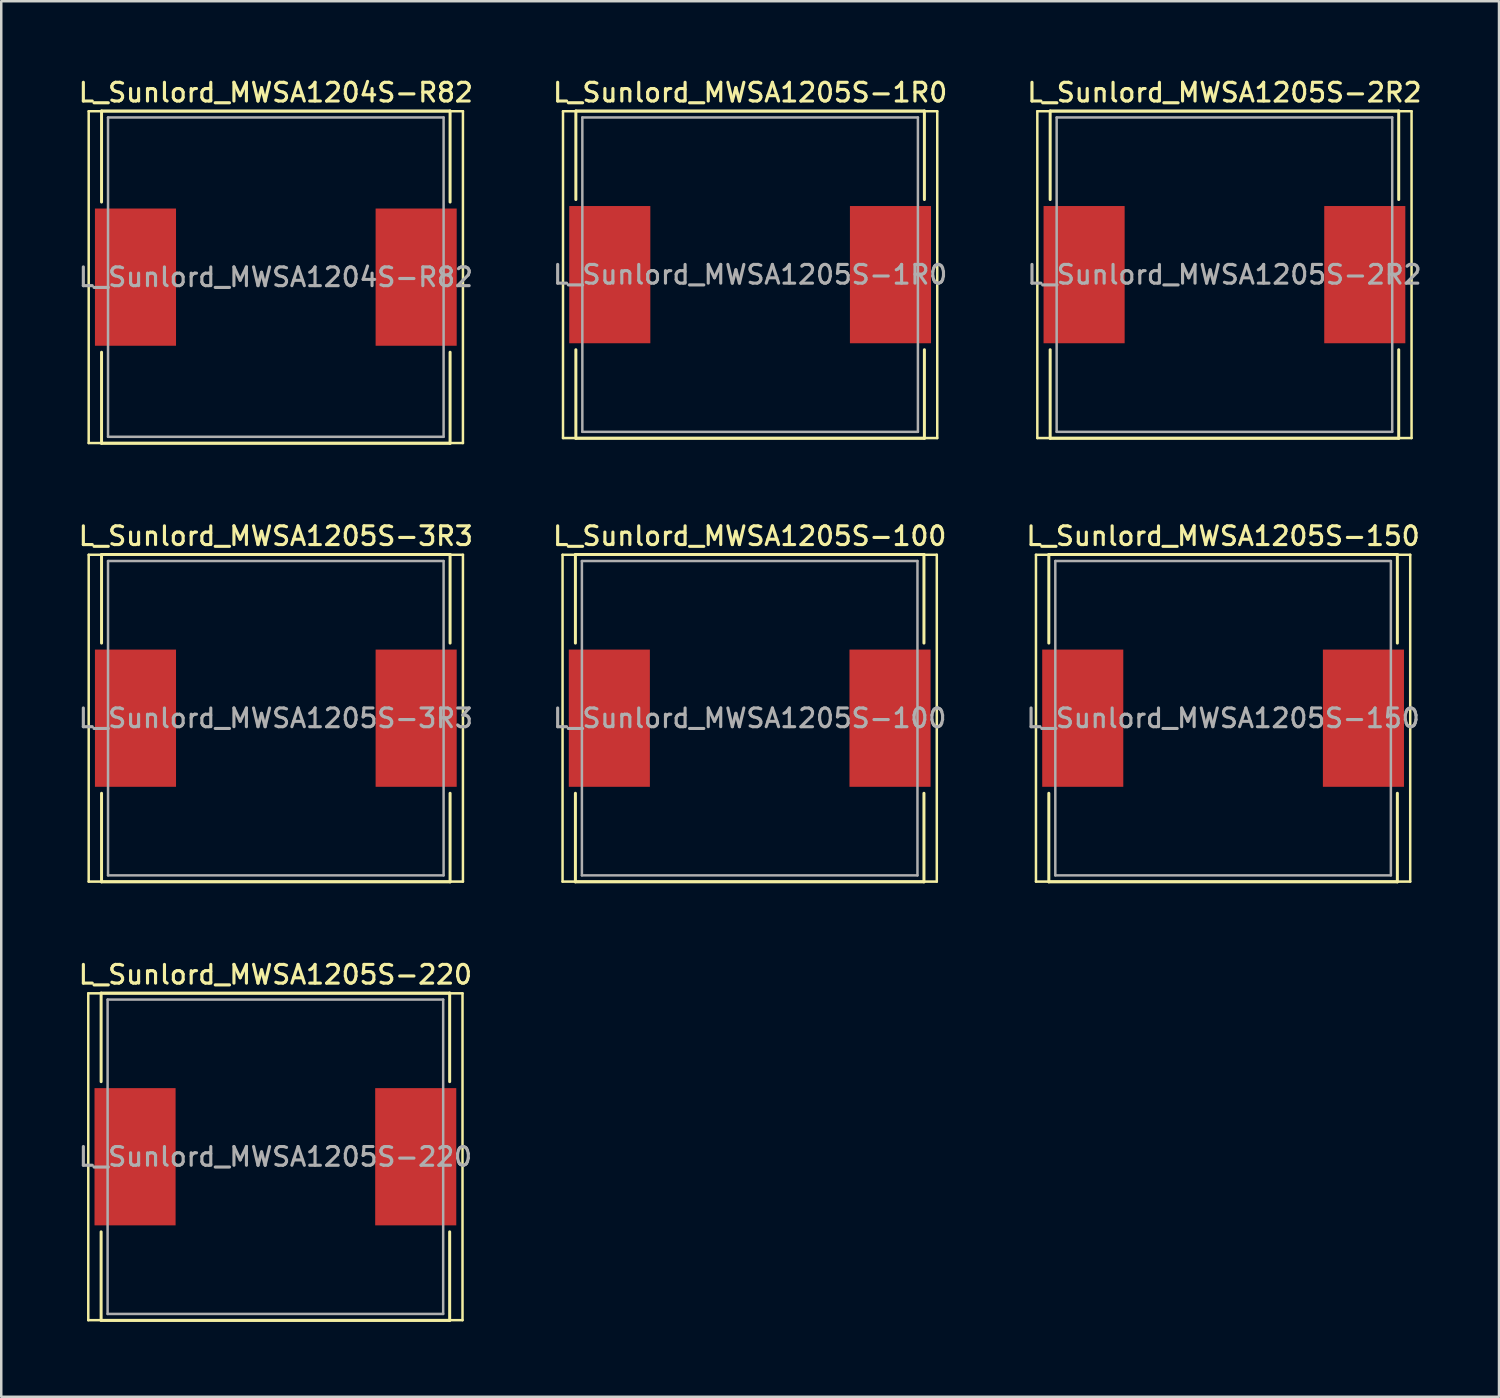
<source format=kicad_pcb>
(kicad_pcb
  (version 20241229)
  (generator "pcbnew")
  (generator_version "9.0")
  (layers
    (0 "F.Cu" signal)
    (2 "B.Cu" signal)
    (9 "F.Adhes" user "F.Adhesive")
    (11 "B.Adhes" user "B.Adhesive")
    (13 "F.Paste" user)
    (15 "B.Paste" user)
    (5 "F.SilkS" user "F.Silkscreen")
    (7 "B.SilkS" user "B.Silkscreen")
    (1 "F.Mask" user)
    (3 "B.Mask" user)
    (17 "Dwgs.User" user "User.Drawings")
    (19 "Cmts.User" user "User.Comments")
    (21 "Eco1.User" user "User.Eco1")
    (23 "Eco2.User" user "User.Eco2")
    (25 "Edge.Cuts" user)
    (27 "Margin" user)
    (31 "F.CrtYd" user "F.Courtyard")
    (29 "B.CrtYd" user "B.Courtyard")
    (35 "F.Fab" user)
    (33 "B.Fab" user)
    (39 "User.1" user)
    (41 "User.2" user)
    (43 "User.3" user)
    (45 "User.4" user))
  (footprint "L_Sunlord_MWSA1204S-R82"
    (layer "F.Cu")
    (at 8.005 8.058)
    (property "Reference" "L_Sunlord_MWSA1204S-R82" (at 0 -7.4 0) (layer "F.SilkS") (effects (font (size 0.75 0.75) (thickness 0.125))))
    (attr smd)
    (fp_line (start -7.5 -6.65) (end -7.5 6.65) (stroke (width 0.1) (type solid)) (layer "F.SilkS"))
    (fp_line (start -7.5 6.65) (end 7.5 6.65) (stroke (width 0.1) (type solid)) (layer "F.SilkS"))
    (fp_line (start -6.985 -6.66) (end -6.985 -3.01) (stroke (width 0.12) (type solid)) (layer "F.SilkS"))
    (fp_line (start -6.985 -6.66) (end 6.985 -6.66) (stroke (width 0.12) (type solid)) (layer "F.SilkS"))
    (fp_line (start -6.985 6.66) (end -6.985 3.01) (stroke (width 0.12) (type solid)) (layer "F.SilkS"))
    (fp_line (start -6.985 6.66) (end 6.985 6.66) (stroke (width 0.12) (type solid)) (layer "F.SilkS"))
    (fp_line (start 6.985 -6.66) (end 6.985 -3.01) (stroke (width 0.12) (type solid)) (layer "F.SilkS"))
    (fp_line (start 6.985 6.66) (end 6.985 3.01) (stroke (width 0.12) (type solid)) (layer "F.SilkS"))
    (fp_line (start 7.5 -6.65) (end -7.5 -6.65) (stroke (width 0.1) (type solid)) (layer "F.SilkS"))
    (fp_line (start 7.5 6.65) (end 7.5 -6.65) (stroke (width 0.1) (type solid)) (layer "F.SilkS"))
    (fp_line (start -6.725 -6.4) (end -6.725 6.4) (stroke (width 0.1) (type solid)) (layer "F.Fab"))
    (fp_line (start -6.725 6.4) (end 6.725 6.4) (stroke (width 0.1) (type solid)) (layer "F.Fab"))
    (fp_line (start 6.725 -6.4) (end -6.725 -6.4) (stroke (width 0.1) (type solid)) (layer "F.Fab"))
    (fp_line (start 6.725 6.4) (end 6.725 -6.4) (stroke (width 0.1) (type solid)) (layer "F.Fab"))
    (fp_text user "${REFERENCE}" (at 0 0 0) (layer "F.Fab") (effects (font (size 0.75 0.75) (thickness 0.125))))
    (pad "1" smd rect (at -5.625 0) (size 3.25 5.5) (layers "F.Cu" "F.Mask" "F.Paste"))
    (pad "2" smd rect (at 5.625 0) (size 3.25 5.5) (layers "F.Cu" "F.Mask" "F.Paste")))
  (footprint "L_Sunlord_MWSA1205S-220"
    (layer "F.Cu")
    (at 7.988 43.314)
    (property "Reference" "L_Sunlord_MWSA1205S-220" (at 0 -7.3 0) (layer "F.SilkS") (effects (font (size 0.75 0.75) (thickness 0.125))))
    (attr smd)
    (fp_line (start -7.5 -6.55) (end -7.5 6.55) (stroke (width 0.1) (type solid)) (layer "F.SilkS"))
    (fp_line (start -7.5 6.55) (end 7.5 6.55) (stroke (width 0.1) (type solid)) (layer "F.SilkS"))
    (fp_line (start -6.985 -6.56) (end -6.985 -3.01) (stroke (width 0.12) (type solid)) (layer "F.SilkS"))
    (fp_line (start -6.985 -6.56) (end 6.985 -6.56) (stroke (width 0.12) (type solid)) (layer "F.SilkS"))
    (fp_line (start -6.985 6.56) (end -6.985 3.01) (stroke (width 0.12) (type solid)) (layer "F.SilkS"))
    (fp_line (start -6.985 6.56) (end 6.985 6.56) (stroke (width 0.12) (type solid)) (layer "F.SilkS"))
    (fp_line (start 6.985 -6.56) (end 6.985 -3.01) (stroke (width 0.12) (type solid)) (layer "F.SilkS"))
    (fp_line (start 6.985 6.56) (end 6.985 3.01) (stroke (width 0.12) (type solid)) (layer "F.SilkS"))
    (fp_line (start 7.5 -6.55) (end -7.5 -6.55) (stroke (width 0.1) (type solid)) (layer "F.SilkS"))
    (fp_line (start 7.5 6.55) (end 7.5 -6.55) (stroke (width 0.1) (type solid)) (layer "F.SilkS"))
    (fp_line (start -6.725 -6.3) (end -6.725 6.3) (stroke (width 0.1) (type solid)) (layer "F.Fab"))
    (fp_line (start -6.725 6.3) (end 6.725 6.3) (stroke (width 0.1) (type solid)) (layer "F.Fab"))
    (fp_line (start 6.725 -6.3) (end -6.725 -6.3) (stroke (width 0.1) (type solid)) (layer "F.Fab"))
    (fp_line (start 6.725 6.3) (end 6.725 -6.3) (stroke (width 0.1) (type solid)) (layer "F.Fab"))
    (fp_text user "${REFERENCE}" (at 0 0 0) (layer "F.Fab") (effects (font (size 0.75 0.75) (thickness 0.125))))
    (pad "1" smd rect (at -5.625 0) (size 3.25 5.5) (layers "F.Cu" "F.Mask" "F.Paste"))
    (pad "2" smd rect (at 5.625 0) (size 3.25 5.5) (layers "F.Cu" "F.Mask" "F.Paste")))
  (footprint "L_Sunlord_MWSA1205S-2R2"
    (layer "F.Cu")
    (at 46.027 7.958)
    (property "Reference" "L_Sunlord_MWSA1205S-2R2" (at 0 -7.3 0) (layer "F.SilkS") (effects (font (size 0.75 0.75) (thickness 0.125))))
    (attr smd)
    (fp_line (start -7.5 -6.55) (end -7.5 6.55) (stroke (width 0.1) (type solid)) (layer "F.SilkS"))
    (fp_line (start -7.5 6.55) (end 7.5 6.55) (stroke (width 0.1) (type solid)) (layer "F.SilkS"))
    (fp_line (start -6.985 -6.56) (end -6.985 -3.01) (stroke (width 0.12) (type solid)) (layer "F.SilkS"))
    (fp_line (start -6.985 -6.56) (end 6.985 -6.56) (stroke (width 0.12) (type solid)) (layer "F.SilkS"))
    (fp_line (start -6.985 6.56) (end -6.985 3.01) (stroke (width 0.12) (type solid)) (layer "F.SilkS"))
    (fp_line (start -6.985 6.56) (end 6.985 6.56) (stroke (width 0.12) (type solid)) (layer "F.SilkS"))
    (fp_line (start 6.985 -6.56) (end 6.985 -3.01) (stroke (width 0.12) (type solid)) (layer "F.SilkS"))
    (fp_line (start 6.985 6.56) (end 6.985 3.01) (stroke (width 0.12) (type solid)) (layer "F.SilkS"))
    (fp_line (start 7.5 -6.55) (end -7.5 -6.55) (stroke (width 0.1) (type solid)) (layer "F.SilkS"))
    (fp_line (start 7.5 6.55) (end 7.5 -6.55) (stroke (width 0.1) (type solid)) (layer "F.SilkS"))
    (fp_line (start -6.725 -6.3) (end -6.725 6.3) (stroke (width 0.1) (type solid)) (layer "F.Fab"))
    (fp_line (start -6.725 6.3) (end 6.725 6.3) (stroke (width 0.1) (type solid)) (layer "F.Fab"))
    (fp_line (start 6.725 -6.3) (end -6.725 -6.3) (stroke (width 0.1) (type solid)) (layer "F.Fab"))
    (fp_line (start 6.725 6.3) (end 6.725 -6.3) (stroke (width 0.1) (type solid)) (layer "F.Fab"))
    (fp_text user "${REFERENCE}" (at 0 0 0) (layer "F.Fab") (effects (font (size 0.75 0.75) (thickness 0.125))))
    (pad "1" smd rect (at -5.625 0) (size 3.25 5.5) (layers "F.Cu" "F.Mask" "F.Paste"))
    (pad "2" smd rect (at 5.625 0) (size 3.25 5.5) (layers "F.Cu" "F.Mask" "F.Paste")))
  (footprint "L_Sunlord_MWSA1205S-3R3"
    (layer "F.Cu")
    (at 8.005 25.736)
    (property "Reference" "L_Sunlord_MWSA1205S-3R3" (at 0 -7.3 0) (layer "F.SilkS") (effects (font (size 0.75 0.75) (thickness 0.125))))
    (attr smd)
    (fp_line (start -7.5 -6.55) (end -7.5 6.55) (stroke (width 0.1) (type solid)) (layer "F.SilkS"))
    (fp_line (start -7.5 6.55) (end 7.5 6.55) (stroke (width 0.1) (type solid)) (layer "F.SilkS"))
    (fp_line (start -6.985 -6.56) (end -6.985 -3.01) (stroke (width 0.12) (type solid)) (layer "F.SilkS"))
    (fp_line (start -6.985 -6.56) (end 6.985 -6.56) (stroke (width 0.12) (type solid)) (layer "F.SilkS"))
    (fp_line (start -6.985 6.56) (end -6.985 3.01) (stroke (width 0.12) (type solid)) (layer "F.SilkS"))
    (fp_line (start -6.985 6.56) (end 6.985 6.56) (stroke (width 0.12) (type solid)) (layer "F.SilkS"))
    (fp_line (start 6.985 -6.56) (end 6.985 -3.01) (stroke (width 0.12) (type solid)) (layer "F.SilkS"))
    (fp_line (start 6.985 6.56) (end 6.985 3.01) (stroke (width 0.12) (type solid)) (layer "F.SilkS"))
    (fp_line (start 7.5 -6.55) (end -7.5 -6.55) (stroke (width 0.1) (type solid)) (layer "F.SilkS"))
    (fp_line (start 7.5 6.55) (end 7.5 -6.55) (stroke (width 0.1) (type solid)) (layer "F.SilkS"))
    (fp_line (start -6.725 -6.3) (end -6.725 6.3) (stroke (width 0.1) (type solid)) (layer "F.Fab"))
    (fp_line (start -6.725 6.3) (end 6.725 6.3) (stroke (width 0.1) (type solid)) (layer "F.Fab"))
    (fp_line (start 6.725 -6.3) (end -6.725 -6.3) (stroke (width 0.1) (type solid)) (layer "F.Fab"))
    (fp_line (start 6.725 6.3) (end 6.725 -6.3) (stroke (width 0.1) (type solid)) (layer "F.Fab"))
    (fp_text user "${REFERENCE}" (at 0 0 0) (layer "F.Fab") (effects (font (size 0.75 0.75) (thickness 0.125))))
    (pad "1" smd rect (at -5.625 0) (size 3.25 5.5) (layers "F.Cu" "F.Mask" "F.Paste"))
    (pad "2" smd rect (at 5.625 0) (size 3.25 5.5) (layers "F.Cu" "F.Mask" "F.Paste")))
  (footprint "L_Sunlord_MWSA1205S-150"
    (layer "F.Cu")
    (at 45.973 25.736)
    (property "Reference" "L_Sunlord_MWSA1205S-150" (at 0 -7.3 0) (layer "F.SilkS") (effects (font (size 0.75 0.75) (thickness 0.125))))
    (attr smd)
    (fp_line (start -7.5 -6.55) (end -7.5 6.55) (stroke (width 0.1) (type solid)) (layer "F.SilkS"))
    (fp_line (start -7.5 6.55) (end 7.5 6.55) (stroke (width 0.1) (type solid)) (layer "F.SilkS"))
    (fp_line (start -6.985 -6.56) (end -6.985 -3.01) (stroke (width 0.12) (type solid)) (layer "F.SilkS"))
    (fp_line (start -6.985 -6.56) (end 6.985 -6.56) (stroke (width 0.12) (type solid)) (layer "F.SilkS"))
    (fp_line (start -6.985 6.56) (end -6.985 3.01) (stroke (width 0.12) (type solid)) (layer "F.SilkS"))
    (fp_line (start -6.985 6.56) (end 6.985 6.56) (stroke (width 0.12) (type solid)) (layer "F.SilkS"))
    (fp_line (start 6.985 -6.56) (end 6.985 -3.01) (stroke (width 0.12) (type solid)) (layer "F.SilkS"))
    (fp_line (start 6.985 6.56) (end 6.985 3.01) (stroke (width 0.12) (type solid)) (layer "F.SilkS"))
    (fp_line (start 7.5 -6.55) (end -7.5 -6.55) (stroke (width 0.1) (type solid)) (layer "F.SilkS"))
    (fp_line (start 7.5 6.55) (end 7.5 -6.55) (stroke (width 0.1) (type solid)) (layer "F.SilkS"))
    (fp_line (start -6.725 -6.3) (end -6.725 6.3) (stroke (width 0.1) (type solid)) (layer "F.Fab"))
    (fp_line (start -6.725 6.3) (end 6.725 6.3) (stroke (width 0.1) (type solid)) (layer "F.Fab"))
    (fp_line (start 6.725 -6.3) (end -6.725 -6.3) (stroke (width 0.1) (type solid)) (layer "F.Fab"))
    (fp_line (start 6.725 6.3) (end 6.725 -6.3) (stroke (width 0.1) (type solid)) (layer "F.Fab"))
    (fp_text user "${REFERENCE}" (at 0 0 0) (layer "F.Fab") (effects (font (size 0.75 0.75) (thickness 0.125))))
    (pad "1" smd rect (at -5.625 0) (size 3.25 5.5) (layers "F.Cu" "F.Mask" "F.Paste"))
    (pad "2" smd rect (at 5.625 0) (size 3.25 5.5) (layers "F.Cu" "F.Mask" "F.Paste")))
  (footprint "L_Sunlord_MWSA1205S-1R0"
    (layer "F.Cu")
    (at 27.016 7.958)
    (property "Reference" "L_Sunlord_MWSA1205S-1R0" (at 0 -7.3 0) (layer "F.SilkS") (effects (font (size 0.75 0.75) (thickness 0.125))))
    (attr smd)
    (fp_line (start -7.5 -6.55) (end -7.5 6.55) (stroke (width 0.1) (type solid)) (layer "F.SilkS"))
    (fp_line (start -7.5 6.55) (end 7.5 6.55) (stroke (width 0.1) (type solid)) (layer "F.SilkS"))
    (fp_line (start -6.985 -6.56) (end -6.985 -3.01) (stroke (width 0.12) (type solid)) (layer "F.SilkS"))
    (fp_line (start -6.985 -6.56) (end 6.985 -6.56) (stroke (width 0.12) (type solid)) (layer "F.SilkS"))
    (fp_line (start -6.985 6.56) (end -6.985 3.01) (stroke (width 0.12) (type solid)) (layer "F.SilkS"))
    (fp_line (start -6.985 6.56) (end 6.985 6.56) (stroke (width 0.12) (type solid)) (layer "F.SilkS"))
    (fp_line (start 6.985 -6.56) (end 6.985 -3.01) (stroke (width 0.12) (type solid)) (layer "F.SilkS"))
    (fp_line (start 6.985 6.56) (end 6.985 3.01) (stroke (width 0.12) (type solid)) (layer "F.SilkS"))
    (fp_line (start 7.5 -6.55) (end -7.5 -6.55) (stroke (width 0.1) (type solid)) (layer "F.SilkS"))
    (fp_line (start 7.5 6.55) (end 7.5 -6.55) (stroke (width 0.1) (type solid)) (layer "F.SilkS"))
    (fp_line (start -6.725 -6.3) (end -6.725 6.3) (stroke (width 0.1) (type solid)) (layer "F.Fab"))
    (fp_line (start -6.725 6.3) (end 6.725 6.3) (stroke (width 0.1) (type solid)) (layer "F.Fab"))
    (fp_line (start 6.725 -6.3) (end -6.725 -6.3) (stroke (width 0.1) (type solid)) (layer "F.Fab"))
    (fp_line (start 6.725 6.3) (end 6.725 -6.3) (stroke (width 0.1) (type solid)) (layer "F.Fab"))
    (fp_text user "${REFERENCE}" (at 0 0 0) (layer "F.Fab") (effects (font (size 0.75 0.75) (thickness 0.125))))
    (pad "1" smd rect (at -5.625 0) (size 3.25 5.5) (layers "F.Cu" "F.Mask" "F.Paste"))
    (pad "2" smd rect (at 5.625 0) (size 3.25 5.5) (layers "F.Cu" "F.Mask" "F.Paste")))
  (footprint "L_Sunlord_MWSA1205S-100"
    (layer "F.Cu")
    (at 26.998 25.736)
    (property "Reference" "L_Sunlord_MWSA1205S-100" (at 0 -7.3 0) (layer "F.SilkS") (effects (font (size 0.75 0.75) (thickness 0.125))))
    (attr smd)
    (fp_line (start -7.5 -6.55) (end -7.5 6.55) (stroke (width 0.1) (type solid)) (layer "F.SilkS"))
    (fp_line (start -7.5 6.55) (end 7.5 6.55) (stroke (width 0.1) (type solid)) (layer "F.SilkS"))
    (fp_line (start -6.985 -6.56) (end -6.985 -3.01) (stroke (width 0.12) (type solid)) (layer "F.SilkS"))
    (fp_line (start -6.985 -6.56) (end 6.985 -6.56) (stroke (width 0.12) (type solid)) (layer "F.SilkS"))
    (fp_line (start -6.985 6.56) (end -6.985 3.01) (stroke (width 0.12) (type solid)) (layer "F.SilkS"))
    (fp_line (start -6.985 6.56) (end 6.985 6.56) (stroke (width 0.12) (type solid)) (layer "F.SilkS"))
    (fp_line (start 6.985 -6.56) (end 6.985 -3.01) (stroke (width 0.12) (type solid)) (layer "F.SilkS"))
    (fp_line (start 6.985 6.56) (end 6.985 3.01) (stroke (width 0.12) (type solid)) (layer "F.SilkS"))
    (fp_line (start 7.5 -6.55) (end -7.5 -6.55) (stroke (width 0.1) (type solid)) (layer "F.SilkS"))
    (fp_line (start 7.5 6.55) (end 7.5 -6.55) (stroke (width 0.1) (type solid)) (layer "F.SilkS"))
    (fp_line (start -6.725 -6.3) (end -6.725 6.3) (stroke (width 0.1) (type solid)) (layer "F.Fab"))
    (fp_line (start -6.725 6.3) (end 6.725 6.3) (stroke (width 0.1) (type solid)) (layer "F.Fab"))
    (fp_line (start 6.725 -6.3) (end -6.725 -6.3) (stroke (width 0.1) (type solid)) (layer "F.Fab"))
    (fp_line (start 6.725 6.3) (end 6.725 -6.3) (stroke (width 0.1) (type solid)) (layer "F.Fab"))
    (fp_text user "${REFERENCE}" (at 0 0 0) (layer "F.Fab") (effects (font (size 0.75 0.75) (thickness 0.125))))
    (pad "1" smd rect (at -5.625 0) (size 3.25 5.5) (layers "F.Cu" "F.Mask" "F.Paste"))
    (pad "2" smd rect (at 5.625 0) (size 3.25 5.5) (layers "F.Cu" "F.Mask" "F.Paste")))
  (gr_rect
    (start -3 -3)
    (end 57.032 52.934)
    (stroke (width 0.1) (type default))
    (fill no)
    (layer "Edge.Cuts")))
</source>
